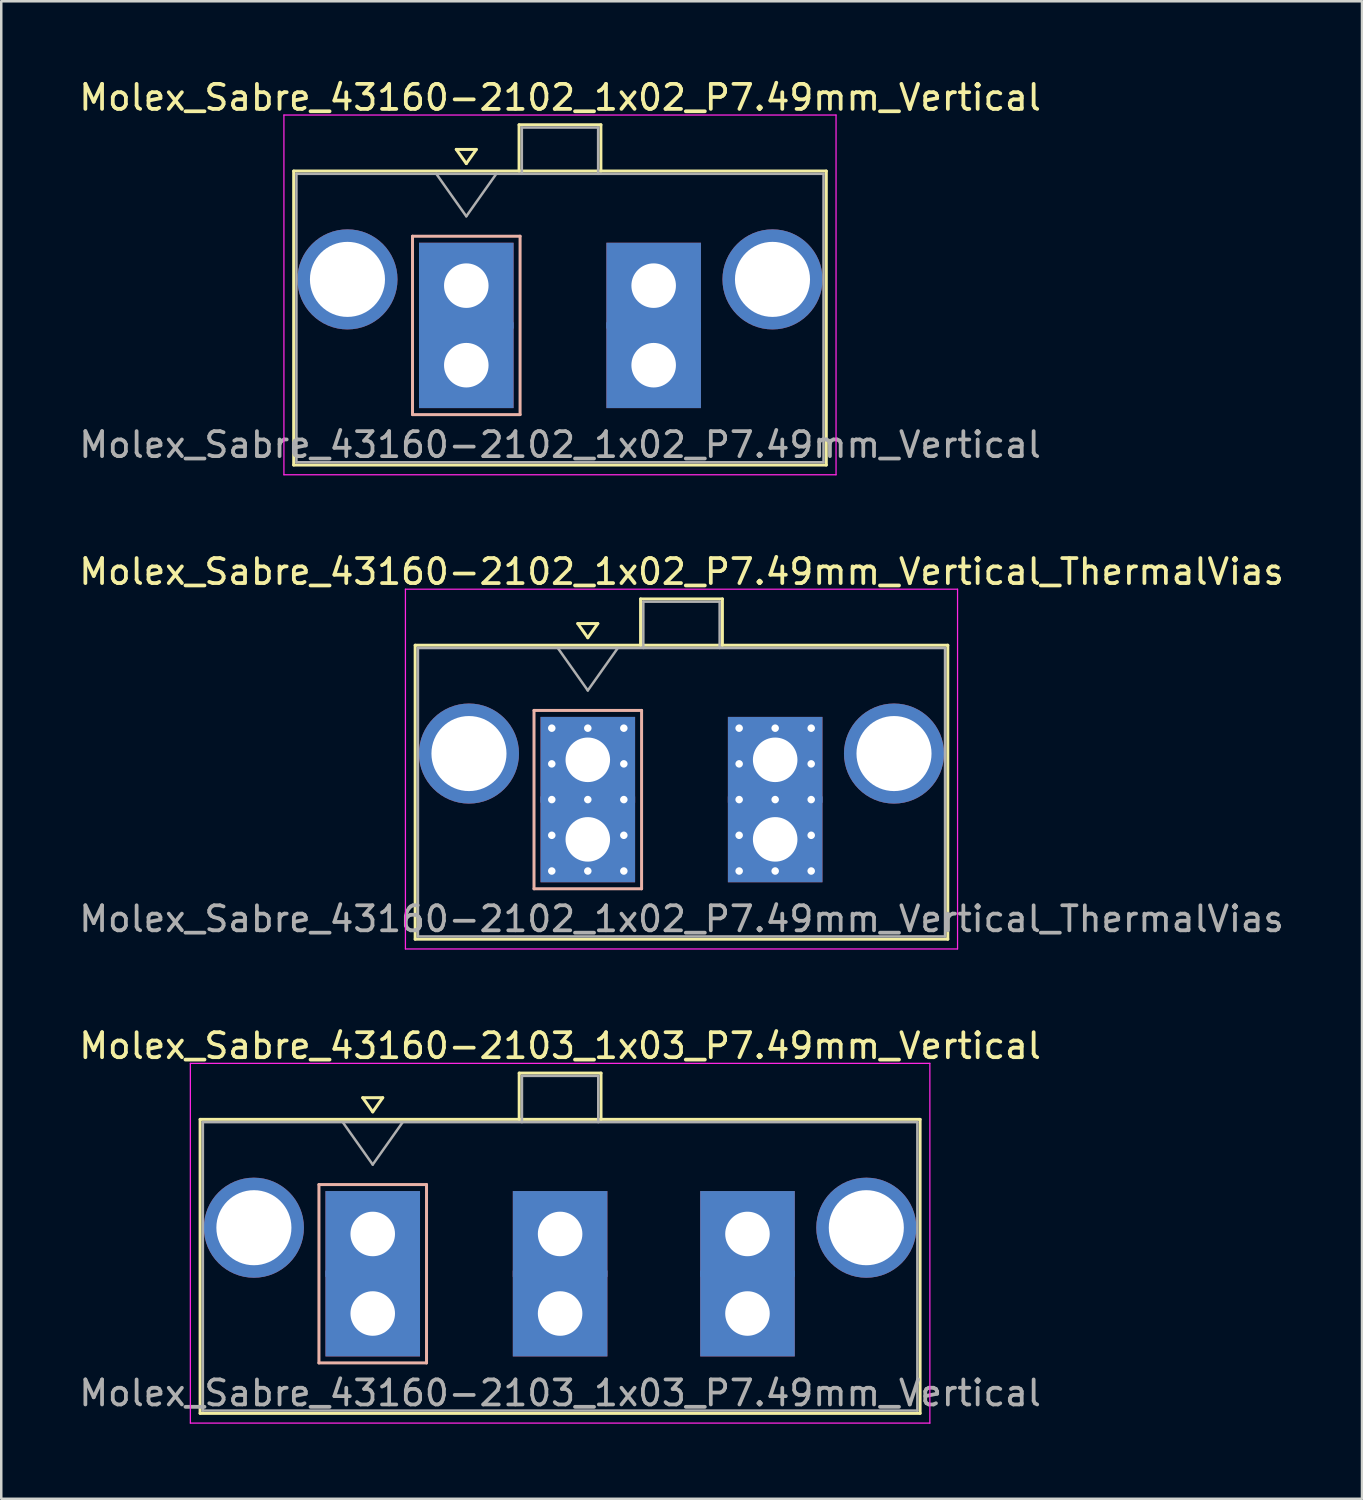
<source format=kicad_pcb>
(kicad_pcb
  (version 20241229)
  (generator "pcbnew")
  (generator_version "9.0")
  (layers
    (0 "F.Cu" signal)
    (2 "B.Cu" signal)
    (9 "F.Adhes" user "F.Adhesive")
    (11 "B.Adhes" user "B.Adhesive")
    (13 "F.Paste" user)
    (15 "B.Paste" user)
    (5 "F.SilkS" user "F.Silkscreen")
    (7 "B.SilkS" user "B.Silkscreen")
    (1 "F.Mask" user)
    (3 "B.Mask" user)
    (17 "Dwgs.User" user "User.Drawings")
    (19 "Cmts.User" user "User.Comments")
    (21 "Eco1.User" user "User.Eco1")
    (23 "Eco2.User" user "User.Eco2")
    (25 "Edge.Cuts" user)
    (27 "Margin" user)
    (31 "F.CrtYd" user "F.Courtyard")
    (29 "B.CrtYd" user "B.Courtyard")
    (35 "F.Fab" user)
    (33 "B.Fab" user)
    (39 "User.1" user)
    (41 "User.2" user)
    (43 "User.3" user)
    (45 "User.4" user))
  (footprint "Molex_Sabre_43160-2103_1x03_P7.49mm_Vertical"
    (layer "F.Cu")
    (at 11.849 49.455)
    (property "Reference" "Molex_Sabre_43160-2103_1x03_P7.49mm_Vertical" (at 7.49 -10.7 0) (layer "F.SilkS") (effects (font (size 1 1) (thickness 0.15))))
    (attr through_hole)
    (fp_line (start -6.9 -7.76) (end -6.9 3.99) (stroke (width 0.12) (type solid)) (layer "F.SilkS"))
    (fp_line (start -6.9 3.99) (end 21.88 3.99) (stroke (width 0.12) (type solid)) (layer "F.SilkS"))
    (fp_line (start -0.4 -8.626) (end 0 -8.06) (stroke (width 0.12) (type solid)) (layer "F.SilkS"))
    (fp_line (start 0 -8.06) (end 0.4 -8.626) (stroke (width 0.12) (type solid)) (layer "F.SilkS"))
    (fp_line (start 0.4 -8.626) (end -0.4 -8.626) (stroke (width 0.12) (type solid)) (layer "F.SilkS"))
    (fp_line (start 5.855 -9.61) (end 9.125 -9.61) (stroke (width 0.12) (type solid)) (layer "F.SilkS"))
    (fp_line (start 5.855 -7.76) (end 5.855 -9.61) (stroke (width 0.12) (type solid)) (layer "F.SilkS"))
    (fp_line (start 9.125 -9.61) (end 9.125 -7.76) (stroke (width 0.12) (type solid)) (layer "F.SilkS"))
    (fp_line (start 21.88 -7.76) (end -6.9 -7.76) (stroke (width 0.12) (type solid)) (layer "F.SilkS"))
    (fp_line (start 21.88 3.99) (end 21.88 -7.76) (stroke (width 0.12) (type solid)) (layer "F.SilkS"))
    (fp_line (start -2.15 -5.155) (end -2.15 1.975) (stroke (width 0.12) (type solid)) (layer "B.SilkS"))
    (fp_line (start -2.15 1.975) (end 2.15 1.975) (stroke (width 0.12) (type solid)) (layer "B.SilkS"))
    (fp_line (start 2.15 -5.155) (end -2.15 -5.155) (stroke (width 0.12) (type solid)) (layer "B.SilkS"))
    (fp_line (start 2.15 1.975) (end 2.15 -5.155) (stroke (width 0.12) (type solid)) (layer "B.SilkS"))
    (fp_line (start -7.29 -10) (end -7.29 4.38) (stroke (width 0.05) (type solid)) (layer "F.CrtYd"))
    (fp_line (start -7.29 4.38) (end 22.27 4.38) (stroke (width 0.05) (type solid)) (layer "F.CrtYd"))
    (fp_line (start 22.27 -10) (end -7.29 -10) (stroke (width 0.05) (type solid)) (layer "F.CrtYd"))
    (fp_line (start 22.27 4.38) (end 22.27 -10) (stroke (width 0.05) (type solid)) (layer "F.CrtYd"))
    (fp_line (start -6.79 -7.65) (end -6.79 3.88) (stroke (width 0.1) (type solid)) (layer "F.Fab"))
    (fp_line (start -6.79 3.88) (end 21.77 3.88) (stroke (width 0.1) (type solid)) (layer "F.Fab"))
    (fp_line (start -1.2 -7.65) (end 0 -5.953) (stroke (width 0.1) (type solid)) (layer "F.Fab"))
    (fp_line (start 0 -5.953) (end 1.2 -7.65) (stroke (width 0.1) (type solid)) (layer "F.Fab"))
    (fp_line (start 5.965 -9.5) (end 9.015 -9.5) (stroke (width 0.1) (type solid)) (layer "F.Fab"))
    (fp_line (start 5.965 -7.65) (end 5.965 -9.5) (stroke (width 0.1) (type solid)) (layer "F.Fab"))
    (fp_line (start 9.015 -9.5) (end 9.015 -7.65) (stroke (width 0.1) (type solid)) (layer "F.Fab"))
    (fp_line (start 21.77 -7.65) (end -6.79 -7.65) (stroke (width 0.1) (type solid)) (layer "F.Fab"))
    (fp_line (start 21.77 3.88) (end 21.77 -7.65) (stroke (width 0.1) (type solid)) (layer "F.Fab"))
    (fp_text user "${REFERENCE}" (at 7.49 3.18 0) (layer "F.Fab") (effects (font (size 1 1) (thickness 0.15))))
    (pad "" thru_hole circle (at -4.75 -3.43) (size 4 4) (drill 3) (layers "*.Cu" "*.Mask"))
    (pad "" thru_hole circle (at 19.73 -3.43) (size 4 4) (drill 3) (layers "*.Cu" "*.Mask"))
    (pad "1" thru_hole rect (at 0 -3.18) (size 3.78 3.43) (drill 1.78) (layers "*.Cu" "*.Mask"))
    (pad "1" thru_hole rect (at 0 0) (size 3.78 3.43) (drill 1.78) (layers "*.Cu" "*.Mask"))
    (pad "2" thru_hole rect (at 7.49 -3.18) (size 3.78 3.43) (drill 1.78) (layers "*.Cu" "*.Mask"))
    (pad "2" thru_hole rect (at 7.49 0) (size 3.78 3.43) (drill 1.78) (layers "*.Cu" "*.Mask"))
    (pad "3" thru_hole rect (at 14.98 -3.18) (size 3.78 3.43) (drill 1.78) (layers "*.Cu" "*.Mask"))
    (pad "3" thru_hole rect (at 14.98 0) (size 3.78 3.43) (drill 1.78) (layers "*.Cu" "*.Mask")))
  (footprint "Molex_Sabre_43160-2102_1x02_P7.49mm_Vertical_ThermalVias"
    (layer "F.Cu")
    (at 20.446 30.502)
    (property "Reference" "Molex_Sabre_43160-2102_1x02_P7.49mm_Vertical_ThermalVias" (at 3.75 -10.7 0) (layer "F.SilkS") (effects (font (size 1 1) (thickness 0.15))))
    (attr through_hole)
    (fp_line (start -6.9 -7.76) (end -6.9 3.99) (stroke (width 0.12) (type solid)) (layer "F.SilkS"))
    (fp_line (start -6.9 3.99) (end 14.39 3.99) (stroke (width 0.12) (type solid)) (layer "F.SilkS"))
    (fp_line (start -0.4 -8.626) (end 0 -8.06) (stroke (width 0.12) (type solid)) (layer "F.SilkS"))
    (fp_line (start 0 -8.06) (end 0.4 -8.626) (stroke (width 0.12) (type solid)) (layer "F.SilkS"))
    (fp_line (start 0.4 -8.626) (end -0.4 -8.626) (stroke (width 0.12) (type solid)) (layer "F.SilkS"))
    (fp_line (start 2.11 -9.61) (end 5.38 -9.61) (stroke (width 0.12) (type solid)) (layer "F.SilkS"))
    (fp_line (start 2.11 -7.76) (end 2.11 -9.61) (stroke (width 0.12) (type solid)) (layer "F.SilkS"))
    (fp_line (start 5.38 -9.61) (end 5.38 -7.76) (stroke (width 0.12) (type solid)) (layer "F.SilkS"))
    (fp_line (start 14.39 -7.76) (end -6.9 -7.76) (stroke (width 0.12) (type solid)) (layer "F.SilkS"))
    (fp_line (start 14.39 3.99) (end 14.39 -7.76) (stroke (width 0.12) (type solid)) (layer "F.SilkS"))
    (fp_line (start -2.15 -5.155) (end -2.15 1.975) (stroke (width 0.12) (type solid)) (layer "B.SilkS"))
    (fp_line (start -2.15 1.975) (end 2.15 1.975) (stroke (width 0.12) (type solid)) (layer "B.SilkS"))
    (fp_line (start 2.15 -5.155) (end -2.15 -5.155) (stroke (width 0.12) (type solid)) (layer "B.SilkS"))
    (fp_line (start 2.15 1.975) (end 2.15 -5.155) (stroke (width 0.12) (type solid)) (layer "B.SilkS"))
    (fp_line (start -7.29 -10) (end -7.29 4.38) (stroke (width 0.05) (type solid)) (layer "F.CrtYd"))
    (fp_line (start -7.29 4.38) (end 14.78 4.38) (stroke (width 0.05) (type solid)) (layer "F.CrtYd"))
    (fp_line (start 14.78 -10) (end -7.29 -10) (stroke (width 0.05) (type solid)) (layer "F.CrtYd"))
    (fp_line (start 14.78 4.38) (end 14.78 -10) (stroke (width 0.05) (type solid)) (layer "F.CrtYd"))
    (fp_line (start -6.79 -7.65) (end -6.79 3.88) (stroke (width 0.1) (type solid)) (layer "F.Fab"))
    (fp_line (start -6.79 3.88) (end 14.28 3.88) (stroke (width 0.1) (type solid)) (layer "F.Fab"))
    (fp_line (start -1.2 -7.65) (end 0 -5.953) (stroke (width 0.1) (type solid)) (layer "F.Fab"))
    (fp_line (start 0 -5.953) (end 1.2 -7.65) (stroke (width 0.1) (type solid)) (layer "F.Fab"))
    (fp_line (start 2.22 -9.5) (end 5.27 -9.5) (stroke (width 0.1) (type solid)) (layer "F.Fab"))
    (fp_line (start 2.22 -7.65) (end 2.22 -9.5) (stroke (width 0.1) (type solid)) (layer "F.Fab"))
    (fp_line (start 5.27 -9.5) (end 5.27 -7.65) (stroke (width 0.1) (type solid)) (layer "F.Fab"))
    (fp_line (start 14.28 -7.65) (end -6.79 -7.65) (stroke (width 0.1) (type solid)) (layer "F.Fab"))
    (fp_line (start 14.28 3.88) (end 14.28 -7.65) (stroke (width 0.1) (type solid)) (layer "F.Fab"))
    (fp_text user "${REFERENCE}" (at 3.75 3.18 0) (layer "F.Fab") (effects (font (size 1 1) (thickness 0.15))))
    (pad "" thru_hole circle (at -4.75 -3.43) (size 4 4) (drill 3) (layers "*.Cu" "*.Mask"))
    (pad "" thru_hole circle (at 12.24 -3.43) (size 4 4) (drill 3) (layers "*.Cu" "*.Mask"))
    (pad "1" thru_hole rect (at -1.44 -4.445) (size 0.6 0.6) (drill 0.3) (layers "*.Cu" "*.Mask"))
    (pad "1" thru_hole rect (at -1.44 -3.018) (size 0.6 0.6) (drill 0.3) (layers "*.Cu" "*.Mask"))
    (pad "1" thru_hole rect (at -1.44 -1.59) (size 0.6 0.6) (drill 0.3) (layers "*.Cu" "*.Mask"))
    (pad "1" thru_hole rect (at -1.44 -0.163) (size 0.6 0.6) (drill 0.3) (layers "*.Cu" "*.Mask"))
    (pad "1" thru_hole rect (at -1.44 1.265) (size 0.6 0.6) (drill 0.3) (layers "*.Cu" "*.Mask"))
    (pad "1" thru_hole rect (at 0 -4.445) (size 0.6 0.6) (drill 0.3) (layers "*.Cu" "*.Mask"))
    (pad "1" thru_hole rect (at 0 -3.18) (size 3.78 3.43) (drill 1.78) (layers "*.Cu" "*.Mask"))
    (pad "1" thru_hole rect (at 0 -1.59) (size 0.6 0.6) (drill 0.3) (layers "*.Cu" "*.Mask"))
    (pad "1" thru_hole rect (at 0 0) (size 3.78 3.43) (drill 1.78) (layers "*.Cu" "*.Mask"))
    (pad "1" thru_hole rect (at 0 1.265) (size 0.6 0.6) (drill 0.3) (layers "*.Cu" "*.Mask"))
    (pad "1" thru_hole rect (at 1.44 -4.445) (size 0.6 0.6) (drill 0.3) (layers "*.Cu" "*.Mask"))
    (pad "1" thru_hole rect (at 1.44 -3.018) (size 0.6 0.6) (drill 0.3) (layers "*.Cu" "*.Mask"))
    (pad "1" thru_hole rect (at 1.44 -1.59) (size 0.6 0.6) (drill 0.3) (layers "*.Cu" "*.Mask"))
    (pad "1" thru_hole rect (at 1.44 -0.163) (size 0.6 0.6) (drill 0.3) (layers "*.Cu" "*.Mask"))
    (pad "1" thru_hole rect (at 1.44 1.265) (size 0.6 0.6) (drill 0.3) (layers "*.Cu" "*.Mask"))
    (pad "2" thru_hole circle (at 6.05 -4.445) (size 0.6 0.6) (drill 0.3) (layers "*.Cu" "*.Mask"))
    (pad "2" thru_hole circle (at 6.05 -3.018) (size 0.6 0.6) (drill 0.3) (layers "*.Cu" "*.Mask"))
    (pad "2" thru_hole circle (at 6.05 -1.59) (size 0.6 0.6) (drill 0.3) (layers "*.Cu" "*.Mask"))
    (pad "2" thru_hole circle (at 6.05 -0.163) (size 0.6 0.6) (drill 0.3) (layers "*.Cu" "*.Mask"))
    (pad "2" thru_hole circle (at 6.05 1.265) (size 0.6 0.6) (drill 0.3) (layers "*.Cu" "*.Mask"))
    (pad "2" thru_hole circle (at 7.49 -4.445) (size 0.6 0.6) (drill 0.3) (layers "*.Cu" "*.Mask"))
    (pad "2" thru_hole rect (at 7.49 -3.18) (size 3.78 3.43) (drill 1.78) (layers "*.Cu" "*.Mask"))
    (pad "2" thru_hole circle (at 7.49 -1.59) (size 0.6 0.6) (drill 0.3) (layers "*.Cu" "*.Mask"))
    (pad "2" thru_hole rect (at 7.49 0) (size 3.78 3.43) (drill 1.78) (layers "*.Cu" "*.Mask"))
    (pad "2" thru_hole circle (at 7.49 1.265) (size 0.6 0.6) (drill 0.3) (layers "*.Cu" "*.Mask"))
    (pad "2" thru_hole circle (at 8.93 -4.445) (size 0.6 0.6) (drill 0.3) (layers "*.Cu" "*.Mask"))
    (pad "2" thru_hole circle (at 8.93 -3.018) (size 0.6 0.6) (drill 0.3) (layers "*.Cu" "*.Mask"))
    (pad "2" thru_hole circle (at 8.93 -1.59) (size 0.6 0.6) (drill 0.3) (layers "*.Cu" "*.Mask"))
    (pad "2" thru_hole circle (at 8.93 -0.163) (size 0.6 0.6) (drill 0.3) (layers "*.Cu" "*.Mask"))
    (pad "2" thru_hole circle (at 8.93 1.265) (size 0.6 0.6) (drill 0.3) (layers "*.Cu" "*.Mask")))
  (footprint "Molex_Sabre_43160-2102_1x02_P7.49mm_Vertical"
    (layer "F.Cu")
    (at 15.589 11.548)
    (property "Reference" "Molex_Sabre_43160-2102_1x02_P7.49mm_Vertical" (at 3.75 -10.7 0) (layer "F.SilkS") (effects (font (size 1 1) (thickness 0.15))))
    (attr through_hole)
    (fp_line (start -6.9 -7.76) (end -6.9 3.99) (stroke (width 0.12) (type solid)) (layer "F.SilkS"))
    (fp_line (start -6.9 3.99) (end 14.39 3.99) (stroke (width 0.12) (type solid)) (layer "F.SilkS"))
    (fp_line (start -0.4 -8.626) (end 0 -8.06) (stroke (width 0.12) (type solid)) (layer "F.SilkS"))
    (fp_line (start 0 -8.06) (end 0.4 -8.626) (stroke (width 0.12) (type solid)) (layer "F.SilkS"))
    (fp_line (start 0.4 -8.626) (end -0.4 -8.626) (stroke (width 0.12) (type solid)) (layer "F.SilkS"))
    (fp_line (start 2.11 -9.61) (end 5.38 -9.61) (stroke (width 0.12) (type solid)) (layer "F.SilkS"))
    (fp_line (start 2.11 -7.76) (end 2.11 -9.61) (stroke (width 0.12) (type solid)) (layer "F.SilkS"))
    (fp_line (start 5.38 -9.61) (end 5.38 -7.76) (stroke (width 0.12) (type solid)) (layer "F.SilkS"))
    (fp_line (start 14.39 -7.76) (end -6.9 -7.76) (stroke (width 0.12) (type solid)) (layer "F.SilkS"))
    (fp_line (start 14.39 3.99) (end 14.39 -7.76) (stroke (width 0.12) (type solid)) (layer "F.SilkS"))
    (fp_line (start -2.15 -5.155) (end -2.15 1.975) (stroke (width 0.12) (type solid)) (layer "B.SilkS"))
    (fp_line (start -2.15 1.975) (end 2.15 1.975) (stroke (width 0.12) (type solid)) (layer "B.SilkS"))
    (fp_line (start 2.15 -5.155) (end -2.15 -5.155) (stroke (width 0.12) (type solid)) (layer "B.SilkS"))
    (fp_line (start 2.15 1.975) (end 2.15 -5.155) (stroke (width 0.12) (type solid)) (layer "B.SilkS"))
    (fp_line (start -7.29 -10) (end -7.29 4.38) (stroke (width 0.05) (type solid)) (layer "F.CrtYd"))
    (fp_line (start -7.29 4.38) (end 14.78 4.38) (stroke (width 0.05) (type solid)) (layer "F.CrtYd"))
    (fp_line (start 14.78 -10) (end -7.29 -10) (stroke (width 0.05) (type solid)) (layer "F.CrtYd"))
    (fp_line (start 14.78 4.38) (end 14.78 -10) (stroke (width 0.05) (type solid)) (layer "F.CrtYd"))
    (fp_line (start -6.79 -7.65) (end -6.79 3.88) (stroke (width 0.1) (type solid)) (layer "F.Fab"))
    (fp_line (start -6.79 3.88) (end 14.28 3.88) (stroke (width 0.1) (type solid)) (layer "F.Fab"))
    (fp_line (start -1.2 -7.65) (end 0 -5.953) (stroke (width 0.1) (type solid)) (layer "F.Fab"))
    (fp_line (start 0 -5.953) (end 1.2 -7.65) (stroke (width 0.1) (type solid)) (layer "F.Fab"))
    (fp_line (start 2.22 -9.5) (end 5.27 -9.5) (stroke (width 0.1) (type solid)) (layer "F.Fab"))
    (fp_line (start 2.22 -7.65) (end 2.22 -9.5) (stroke (width 0.1) (type solid)) (layer "F.Fab"))
    (fp_line (start 5.27 -9.5) (end 5.27 -7.65) (stroke (width 0.1) (type solid)) (layer "F.Fab"))
    (fp_line (start 14.28 -7.65) (end -6.79 -7.65) (stroke (width 0.1) (type solid)) (layer "F.Fab"))
    (fp_line (start 14.28 3.88) (end 14.28 -7.65) (stroke (width 0.1) (type solid)) (layer "F.Fab"))
    (fp_text user "${REFERENCE}" (at 3.75 3.18 0) (layer "F.Fab") (effects (font (size 1 1) (thickness 0.15))))
    (pad "" thru_hole circle (at -4.75 -3.43) (size 4 4) (drill 3) (layers "*.Cu" "*.Mask"))
    (pad "" thru_hole circle (at 12.24 -3.43) (size 4 4) (drill 3) (layers "*.Cu" "*.Mask"))
    (pad "1" thru_hole rect (at 0 -3.18) (size 3.78 3.43) (drill 1.78) (layers "*.Cu" "*.Mask"))
    (pad "1" thru_hole rect (at 0 0) (size 3.78 3.43) (drill 1.78) (layers "*.Cu" "*.Mask"))
    (pad "2" thru_hole rect (at 7.49 -3.18) (size 3.78 3.43) (drill 1.78) (layers "*.Cu" "*.Mask"))
    (pad "2" thru_hole rect (at 7.49 0) (size 3.78 3.43) (drill 1.78) (layers "*.Cu" "*.Mask")))
  (gr_rect
    (start -3 -3)
    (end 51.393 56.86)
    (stroke (width 0.1) (type default))
    (fill no)
    (layer "Edge.Cuts")))
</source>
